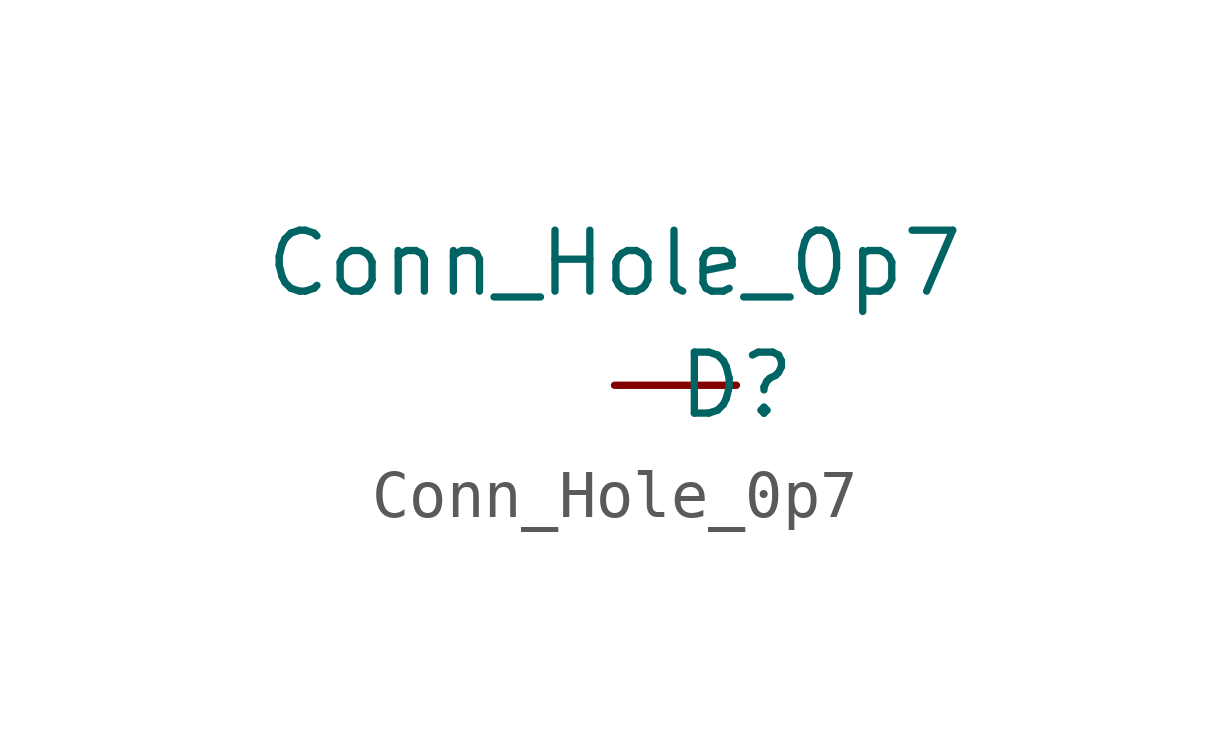
<source format=kicad_sym>
(kicad_symbol_lib
  (version 20211014)
  (generator kicad_symbol_editor)
  (symbol "Conn_Hole_0p7"
    (property "Reference" "D"
      (at 0 0 0)
      (effects (font (size 1.27 1.27))))
    (property "Value" "Conn_Hole_0p7"
      (at -2.54 2.54 0)
      (effects (font (size 1.27 1.27))))
    (symbol "Conn_Hole_0p7_1_1"
      (pin input line (at -2.54 0 0) (length 2.54) (name "" (effects (font (size 1.27 1.27)))) (number "" (effects (font (size 1.27 1.27))))))))
</source>
